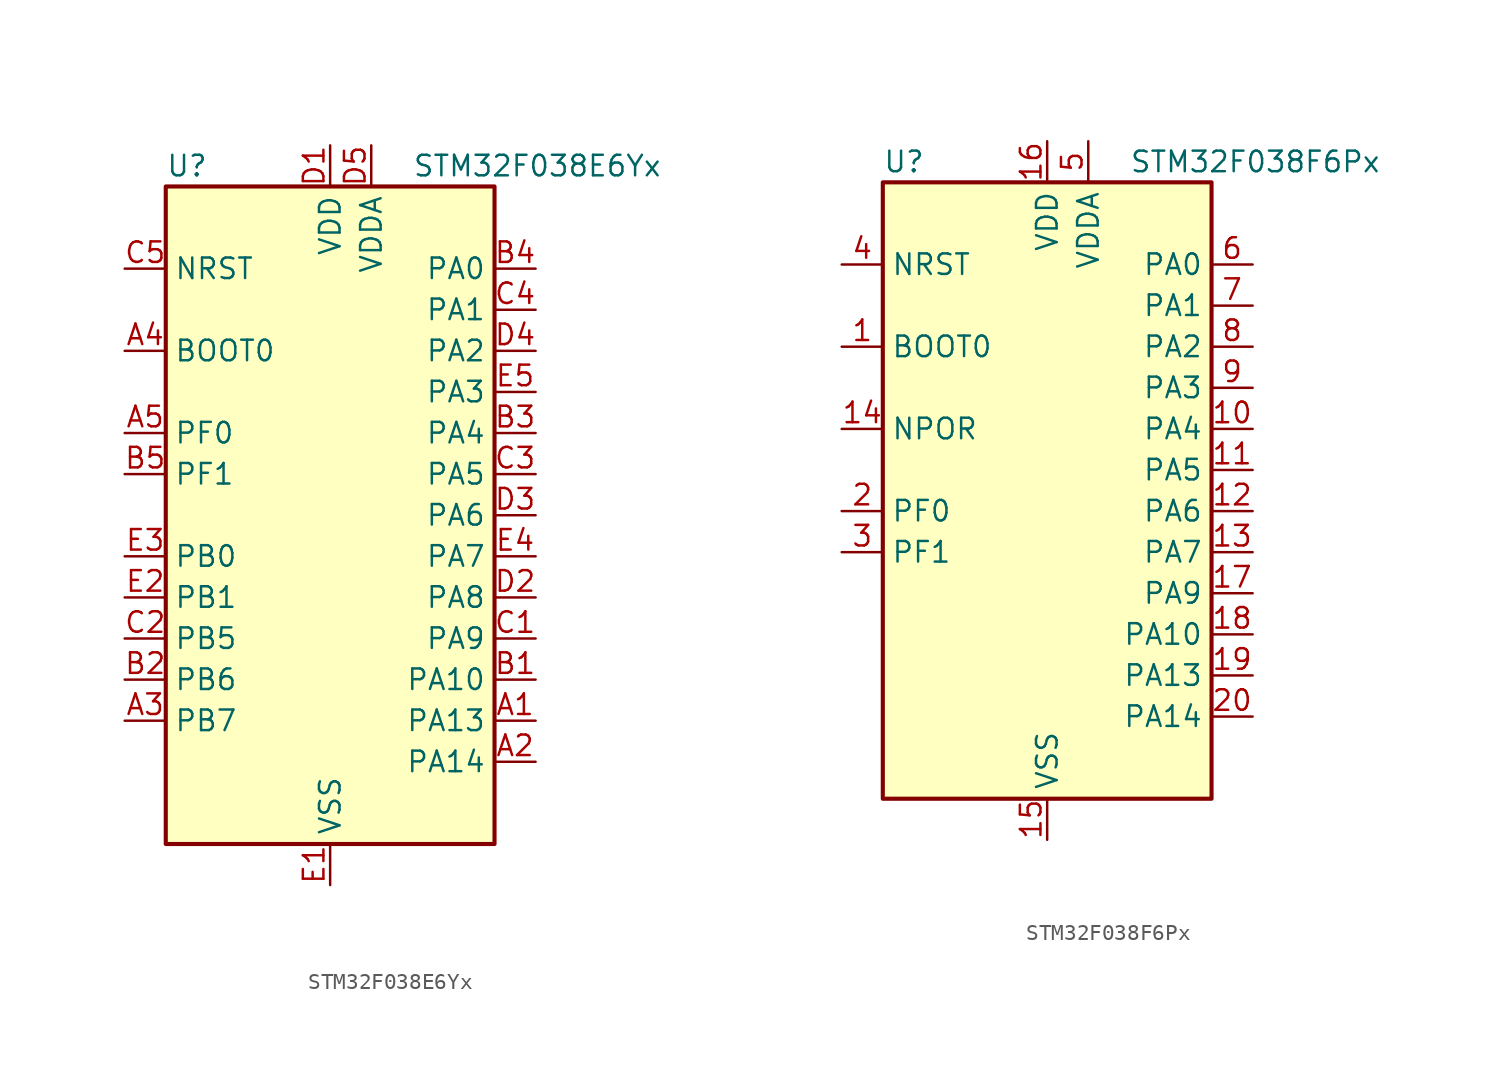
<source format=kicad_sym>
(kicad_symbol_lib
  (version 20241209)
  (generator "kicad_symbol_editor")
  (generator_version "9.0")
  (symbol "STM32F038E6Yx"
    (property "Reference" "U"
      (at -10.16 21.59 0)
      (effects (font (size 1.27 1.27)) (justify left)))
    (property "Value" "STM32F038E6Yx"
      (at 5.08 21.59 0)
      (effects (font (size 1.27 1.27)) (justify left)))
    (symbol "STM32F038E6Yx_0_1"
      (rectangle (start -10.16 -20.32) (end 10.16 20.32) (stroke (width 0.254) (type default)) (fill (type background))))
    (symbol "STM32F038E6Yx_1_1"
      (pin input line (at -12.7 15.24 0) (length 2.54) (name "NRST" (effects (font (size 1.27 1.27)))) (number "C5" (effects (font (size 1.27 1.27)))))
      (pin input line (at -12.7 10.16 0) (length 2.54) (name "BOOT0" (effects (font (size 1.27 1.27)))) (number "A4" (effects (font (size 1.27 1.27)))))
      (pin bidirectional line (at -12.7 5.08 0) (length 2.54) (name "PF0" (effects (font (size 1.27 1.27)))) (number "A5" (effects (font (size 1.27 1.27)))) (alternate "RCC_OSC_IN" bidirectional line))
      (pin bidirectional line (at -12.7 2.54 0) (length 2.54) (name "PF1" (effects (font (size 1.27 1.27)))) (number "B5" (effects (font (size 1.27 1.27)))) (alternate "RCC_OSC_OUT" bidirectional line))
      (pin bidirectional line (at -12.7 -2.54 0) (length 2.54) (name "PB0" (effects (font (size 1.27 1.27)))) (number "E3" (effects (font (size 1.27 1.27)))) (alternate "ADC_IN8" bidirectional line) (alternate "TIM1_CH2N" bidirectional line) (alternate "TIM3_CH3" bidirectional line))
      (pin bidirectional line (at -12.7 -5.08 0) (length 2.54) (name "PB1" (effects (font (size 1.27 1.27)))) (number "E2" (effects (font (size 1.27 1.27)))) (alternate "ADC_IN9" bidirectional line) (alternate "TIM14_CH1" bidirectional line) (alternate "TIM1_CH3N" bidirectional line) (alternate "TIM3_CH4" bidirectional line))
      (pin bidirectional line (at -12.7 -7.62 0) (length 2.54) (name "PB5" (effects (font (size 1.27 1.27)))) (number "C2" (effects (font (size 1.27 1.27)))) (alternate "I2C1_SMBA" bidirectional line) (alternate "I2S1_SD" bidirectional line) (alternate "SPI1_MOSI" bidirectional line) (alternate "TIM16_BKIN" bidirectional line) (alternate "TIM3_CH2" bidirectional line))
      (pin bidirectional line (at -12.7 -10.16 0) (length 2.54) (name "PB6" (effects (font (size 1.27 1.27)))) (number "B2" (effects (font (size 1.27 1.27)))) (alternate "I2C1_SCL" bidirectional line) (alternate "TIM16_CH1N" bidirectional line) (alternate "USART1_TX" bidirectional line))
      (pin bidirectional line (at -12.7 -12.7 0) (length 2.54) (name "PB7" (effects (font (size 1.27 1.27)))) (number "A3" (effects (font (size 1.27 1.27)))) (alternate "I2C1_SDA" bidirectional line) (alternate "TIM17_CH1N" bidirectional line) (alternate "USART1_RX" bidirectional line))
      (pin power_in line (at 0 22.86 270) (length 2.54) (name "VDD" (effects (font (size 1.27 1.27)))) (number "D1" (effects (font (size 1.27 1.27)))))
      (pin power_in line (at 0 -22.86 90) (length 2.54) (name "VSS" (effects (font (size 1.27 1.27)))) (number "E1" (effects (font (size 1.27 1.27)))))
      (pin power_in line (at 2.54 22.86 270) (length 2.54) (name "VDDA" (effects (font (size 1.27 1.27)))) (number "D5" (effects (font (size 1.27 1.27)))))
      (pin bidirectional line (at 12.7 15.24 180) (length 2.54) (name "PA0" (effects (font (size 1.27 1.27)))) (number "B4" (effects (font (size 1.27 1.27)))) (alternate "ADC_IN0" bidirectional line) (alternate "RTC_TAMP2" bidirectional line) (alternate "SYS_WKUP1" bidirectional line) (alternate "TIM2_CH1" bidirectional line) (alternate "TIM2_ETR" bidirectional line) (alternate "USART1_CTS" bidirectional line))
      (pin bidirectional line (at 12.7 12.7 180) (length 2.54) (name "PA1" (effects (font (size 1.27 1.27)))) (number "C4" (effects (font (size 1.27 1.27)))) (alternate "ADC_IN1" bidirectional line) (alternate "TIM2_CH2" bidirectional line) (alternate "USART1_DE" bidirectional line) (alternate "USART1_RTS" bidirectional line))
      (pin bidirectional line (at 12.7 10.16 180) (length 2.54) (name "PA2" (effects (font (size 1.27 1.27)))) (number "D4" (effects (font (size 1.27 1.27)))) (alternate "ADC_IN2" bidirectional line) (alternate "TIM2_CH3" bidirectional line) (alternate "USART1_TX" bidirectional line))
      (pin bidirectional line (at 12.7 7.62 180) (length 2.54) (name "PA3" (effects (font (size 1.27 1.27)))) (number "E5" (effects (font (size 1.27 1.27)))) (alternate "ADC_IN3" bidirectional line) (alternate "TIM2_CH4" bidirectional line) (alternate "USART1_RX" bidirectional line))
      (pin bidirectional line (at 12.7 5.08 180) (length 2.54) (name "PA4" (effects (font (size 1.27 1.27)))) (number "B3" (effects (font (size 1.27 1.27)))) (alternate "ADC_IN4" bidirectional line) (alternate "I2S1_WS" bidirectional line) (alternate "SPI1_NSS" bidirectional line) (alternate "TIM14_CH1" bidirectional line) (alternate "USART1_CK" bidirectional line))
      (pin bidirectional line (at 12.7 2.54 180) (length 2.54) (name "PA5" (effects (font (size 1.27 1.27)))) (number "C3" (effects (font (size 1.27 1.27)))) (alternate "ADC_IN5" bidirectional line) (alternate "I2S1_CK" bidirectional line) (alternate "SPI1_SCK" bidirectional line) (alternate "TIM2_CH1" bidirectional line) (alternate "TIM2_ETR" bidirectional line))
      (pin bidirectional line (at 12.7 0 180) (length 2.54) (name "PA6" (effects (font (size 1.27 1.27)))) (number "D3" (effects (font (size 1.27 1.27)))) (alternate "ADC_IN6" bidirectional line) (alternate "I2S1_MCK" bidirectional line) (alternate "SPI1_MISO" bidirectional line) (alternate "TIM16_CH1" bidirectional line) (alternate "TIM1_BKIN" bidirectional line) (alternate "TIM3_CH1" bidirectional line))
      (pin bidirectional line (at 12.7 -2.54 180) (length 2.54) (name "PA7" (effects (font (size 1.27 1.27)))) (number "E4" (effects (font (size 1.27 1.27)))) (alternate "ADC_IN7" bidirectional line) (alternate "I2S1_SD" bidirectional line) (alternate "SPI1_MOSI" bidirectional line) (alternate "TIM14_CH1" bidirectional line) (alternate "TIM17_CH1" bidirectional line) (alternate "TIM1_CH1N" bidirectional line) (alternate "TIM3_CH2" bidirectional line))
      (pin bidirectional line (at 12.7 -5.08 180) (length 2.54) (name "PA8" (effects (font (size 1.27 1.27)))) (number "D2" (effects (font (size 1.27 1.27)))) (alternate "RCC_MCO" bidirectional line) (alternate "TIM1_CH1" bidirectional line) (alternate "USART1_CK" bidirectional line))
      (pin bidirectional line (at 12.7 -7.62 180) (length 2.54) (name "PA9" (effects (font (size 1.27 1.27)))) (number "C1" (effects (font (size 1.27 1.27)))) (alternate "I2C1_SCL" bidirectional line) (alternate "TIM1_CH2" bidirectional line) (alternate "USART1_TX" bidirectional line))
      (pin bidirectional line (at 12.7 -10.16 180) (length 2.54) (name "PA10" (effects (font (size 1.27 1.27)))) (number "B1" (effects (font (size 1.27 1.27)))) (alternate "I2C1_SDA" bidirectional line) (alternate "TIM17_BKIN" bidirectional line) (alternate "TIM1_CH3" bidirectional line) (alternate "USART1_RX" bidirectional line))
      (pin bidirectional line (at 12.7 -12.7 180) (length 2.54) (name "PA13" (effects (font (size 1.27 1.27)))) (number "A1" (effects (font (size 1.27 1.27)))) (alternate "IR_OUT" bidirectional line) (alternate "SYS_SWDIO" bidirectional line))
      (pin bidirectional line (at 12.7 -15.24 180) (length 2.54) (name "PA14" (effects (font (size 1.27 1.27)))) (number "A2" (effects (font (size 1.27 1.27)))) (alternate "SYS_SWCLK" bidirectional line) (alternate "USART1_TX" bidirectional line))))
  (symbol "STM32F038F6Px"
    (property "Reference" "U"
      (at -10.16 21.59 0)
      (effects (font (size 1.27 1.27)) (justify left)))
    (property "Value" "STM32F038F6Px"
      (at 5.08 21.59 0)
      (effects (font (size 1.27 1.27)) (justify left)))
    (symbol "STM32F038F6Px_0_1"
      (rectangle (start -10.16 -17.78) (end 10.16 20.32) (stroke (width 0.254) (type default)) (fill (type background))))
    (symbol "STM32F038F6Px_1_1"
      (pin input line (at -12.7 15.24 0) (length 2.54) (name "NRST" (effects (font (size 1.27 1.27)))) (number "4" (effects (font (size 1.27 1.27)))))
      (pin input line (at -12.7 10.16 0) (length 2.54) (name "BOOT0" (effects (font (size 1.27 1.27)))) (number "1" (effects (font (size 1.27 1.27)))))
      (pin input line (at -12.7 5.08 0) (length 2.54) (name "NPOR" (effects (font (size 1.27 1.27)))) (number "14" (effects (font (size 1.27 1.27)))))
      (pin bidirectional line (at -12.7 0 0) (length 2.54) (name "PF0" (effects (font (size 1.27 1.27)))) (number "2" (effects (font (size 1.27 1.27)))) (alternate "RCC_OSC_IN" bidirectional line))
      (pin bidirectional line (at -12.7 -2.54 0) (length 2.54) (name "PF1" (effects (font (size 1.27 1.27)))) (number "3" (effects (font (size 1.27 1.27)))) (alternate "RCC_OSC_OUT" bidirectional line))
      (pin power_in line (at 0 22.86 270) (length 2.54) (name "VDD" (effects (font (size 1.27 1.27)))) (number "16" (effects (font (size 1.27 1.27)))))
      (pin power_in line (at 0 -20.32 90) (length 2.54) (name "VSS" (effects (font (size 1.27 1.27)))) (number "15" (effects (font (size 1.27 1.27)))))
      (pin power_in line (at 2.54 22.86 270) (length 2.54) (name "VDDA" (effects (font (size 1.27 1.27)))) (number "5" (effects (font (size 1.27 1.27)))))
      (pin bidirectional line (at 12.7 15.24 180) (length 2.54) (name "PA0" (effects (font (size 1.27 1.27)))) (number "6" (effects (font (size 1.27 1.27)))) (alternate "ADC_IN0" bidirectional line) (alternate "RTC_TAMP2" bidirectional line) (alternate "SYS_WKUP1" bidirectional line) (alternate "TIM2_CH1" bidirectional line) (alternate "TIM2_ETR" bidirectional line) (alternate "USART1_CTS" bidirectional line))
      (pin bidirectional line (at 12.7 12.7 180) (length 2.54) (name "PA1" (effects (font (size 1.27 1.27)))) (number "7" (effects (font (size 1.27 1.27)))) (alternate "ADC_IN1" bidirectional line) (alternate "TIM2_CH2" bidirectional line) (alternate "USART1_DE" bidirectional line) (alternate "USART1_RTS" bidirectional line))
      (pin bidirectional line (at 12.7 10.16 180) (length 2.54) (name "PA2" (effects (font (size 1.27 1.27)))) (number "8" (effects (font (size 1.27 1.27)))) (alternate "ADC_IN2" bidirectional line) (alternate "TIM2_CH3" bidirectional line) (alternate "USART1_TX" bidirectional line))
      (pin bidirectional line (at 12.7 7.62 180) (length 2.54) (name "PA3" (effects (font (size 1.27 1.27)))) (number "9" (effects (font (size 1.27 1.27)))) (alternate "ADC_IN3" bidirectional line) (alternate "TIM2_CH4" bidirectional line) (alternate "USART1_RX" bidirectional line))
      (pin bidirectional line (at 12.7 5.08 180) (length 2.54) (name "PA4" (effects (font (size 1.27 1.27)))) (number "10" (effects (font (size 1.27 1.27)))) (alternate "ADC_IN4" bidirectional line) (alternate "I2S1_WS" bidirectional line) (alternate "SPI1_NSS" bidirectional line) (alternate "TIM14_CH1" bidirectional line) (alternate "USART1_CK" bidirectional line))
      (pin bidirectional line (at 12.7 2.54 180) (length 2.54) (name "PA5" (effects (font (size 1.27 1.27)))) (number "11" (effects (font (size 1.27 1.27)))) (alternate "ADC_IN5" bidirectional line) (alternate "I2S1_CK" bidirectional line) (alternate "SPI1_SCK" bidirectional line) (alternate "TIM2_CH1" bidirectional line) (alternate "TIM2_ETR" bidirectional line))
      (pin bidirectional line (at 12.7 0 180) (length 2.54) (name "PA6" (effects (font (size 1.27 1.27)))) (number "12" (effects (font (size 1.27 1.27)))) (alternate "ADC_IN6" bidirectional line) (alternate "I2S1_MCK" bidirectional line) (alternate "SPI1_MISO" bidirectional line) (alternate "TIM16_CH1" bidirectional line) (alternate "TIM1_BKIN" bidirectional line) (alternate "TIM3_CH1" bidirectional line))
      (pin bidirectional line (at 12.7 -2.54 180) (length 2.54) (name "PA7" (effects (font (size 1.27 1.27)))) (number "13" (effects (font (size 1.27 1.27)))) (alternate "ADC_IN7" bidirectional line) (alternate "I2S1_SD" bidirectional line) (alternate "SPI1_MOSI" bidirectional line) (alternate "TIM14_CH1" bidirectional line) (alternate "TIM17_CH1" bidirectional line) (alternate "TIM1_CH1N" bidirectional line) (alternate "TIM3_CH2" bidirectional line))
      (pin bidirectional line (at 12.7 -5.08 180) (length 2.54) (name "PA9" (effects (font (size 1.27 1.27)))) (number "17" (effects (font (size 1.27 1.27)))) (alternate "I2C1_SCL" bidirectional line) (alternate "TIM1_CH2" bidirectional line) (alternate "USART1_TX" bidirectional line))
      (pin bidirectional line (at 12.7 -7.62 180) (length 2.54) (name "PA10" (effects (font (size 1.27 1.27)))) (number "18" (effects (font (size 1.27 1.27)))) (alternate "I2C1_SDA" bidirectional line) (alternate "TIM17_BKIN" bidirectional line) (alternate "TIM1_CH3" bidirectional line) (alternate "USART1_RX" bidirectional line))
      (pin bidirectional line (at 12.7 -10.16 180) (length 2.54) (name "PA13" (effects (font (size 1.27 1.27)))) (number "19" (effects (font (size 1.27 1.27)))) (alternate "IR_OUT" bidirectional line) (alternate "SYS_SWDIO" bidirectional line))
      (pin bidirectional line (at 12.7 -12.7 180) (length 2.54) (name "PA14" (effects (font (size 1.27 1.27)))) (number "20" (effects (font (size 1.27 1.27)))) (alternate "SYS_SWCLK" bidirectional line) (alternate "USART1_TX" bidirectional line)))))
</source>
